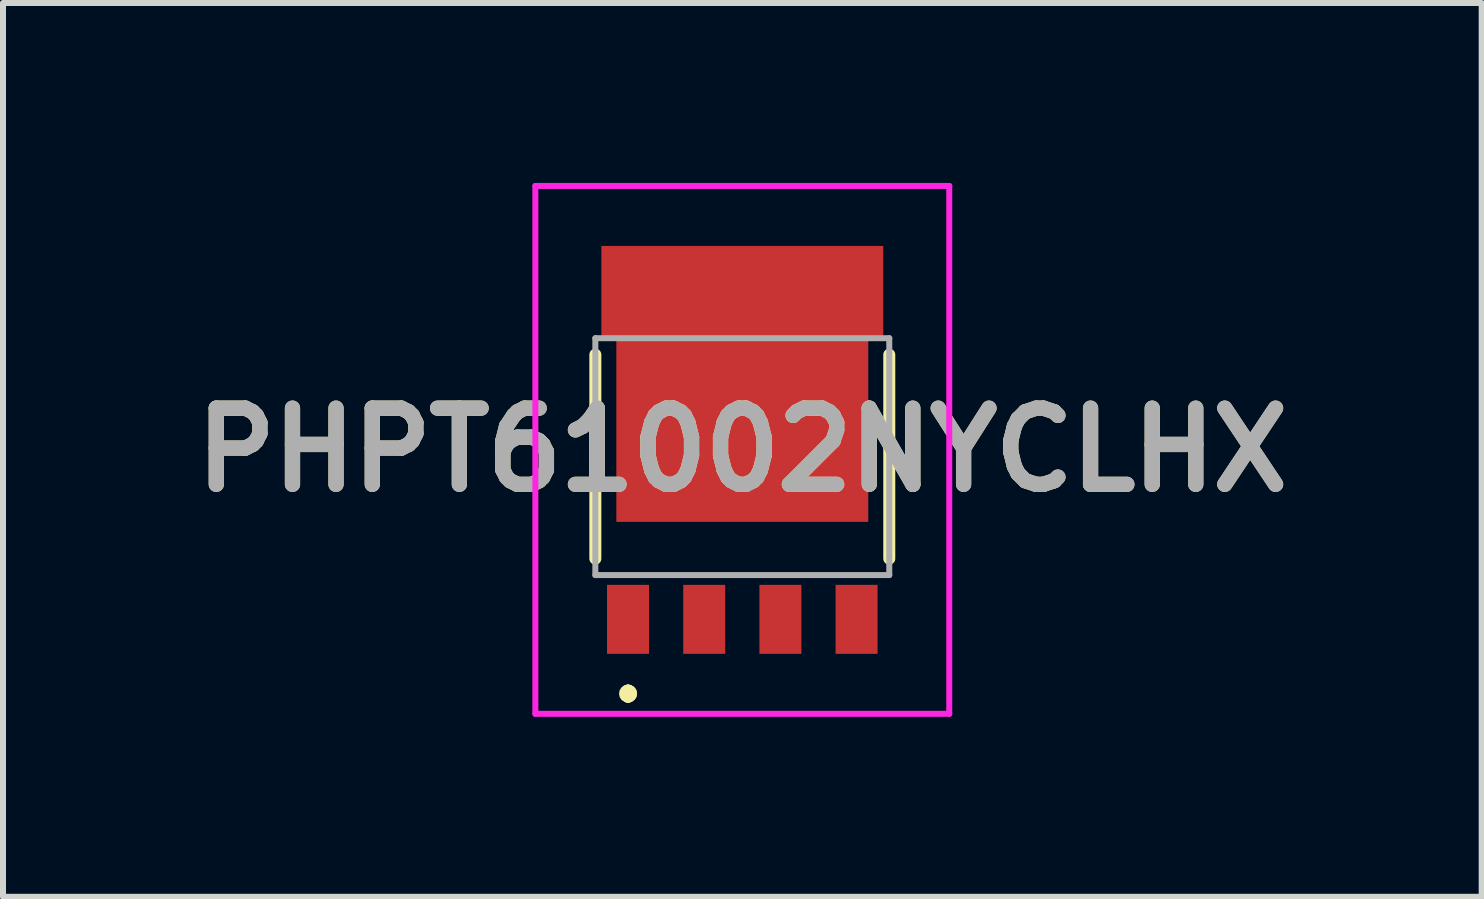
<source format=kicad_pcb>
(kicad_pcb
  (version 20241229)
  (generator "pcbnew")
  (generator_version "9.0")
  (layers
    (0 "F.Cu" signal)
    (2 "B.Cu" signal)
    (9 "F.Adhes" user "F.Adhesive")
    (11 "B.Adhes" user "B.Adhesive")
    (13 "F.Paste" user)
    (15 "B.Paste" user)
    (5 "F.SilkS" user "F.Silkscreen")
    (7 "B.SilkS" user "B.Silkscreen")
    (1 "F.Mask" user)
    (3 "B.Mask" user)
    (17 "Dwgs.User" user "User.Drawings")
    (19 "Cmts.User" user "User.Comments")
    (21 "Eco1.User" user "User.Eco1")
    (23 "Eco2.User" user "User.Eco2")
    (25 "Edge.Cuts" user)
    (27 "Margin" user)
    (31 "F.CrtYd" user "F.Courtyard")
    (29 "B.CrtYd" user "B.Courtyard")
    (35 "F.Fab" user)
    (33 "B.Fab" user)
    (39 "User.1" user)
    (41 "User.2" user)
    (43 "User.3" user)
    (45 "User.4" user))
  (footprint "PHPT61002NYCLHX"
    (layer "F.Cu")
    (at 9.325 4.563)
    (property "Reference" "PHPT61002NYCLHX" (at 0 -0.113 0) (layer "F.SilkS") (effects (font (size 1.27 1.27) (thickness 0.254))))
    (attr smd)
    (fp_line (start -2.45 -1.7) (end -2.45 1.7) (stroke (width 0.2) (type solid)) (layer "F.SilkS"))
    (fp_line (start -1.905 3.9) (end -1.905 3.9) (stroke (width 0.2) (type solid)) (layer "F.SilkS"))
    (fp_line (start -1.905 4) (end -1.905 4) (stroke (width 0.2) (type solid)) (layer "F.SilkS"))
    (fp_line (start -1.905 4) (end -1.905 4) (stroke (width 0.2) (type solid)) (layer "F.SilkS"))
    (fp_line (start 2.45 1.7) (end 2.45 -1.7) (stroke (width 0.2) (type solid)) (layer "F.SilkS"))
    (fp_arc (start -1.905 3.9) (mid -1.855 3.95) (end -1.905 4) (stroke (width 0.2) (type solid)) (layer "F.SilkS"))
    (fp_arc (start -1.905 3.9) (mid -1.855 3.95) (end -1.905 4) (stroke (width 0.2) (type solid)) (layer "F.SilkS"))
    (fp_arc (start -1.905 4) (mid -1.955 3.95) (end -1.905 3.9) (stroke (width 0.2) (type solid)) (layer "F.SilkS"))
    (fp_line (start -3.45 -4.513) (end 3.45 -4.513) (stroke (width 0.1) (type solid)) (layer "F.CrtYd"))
    (fp_line (start -3.45 4.287) (end -3.45 -4.513) (stroke (width 0.1) (type solid)) (layer "F.CrtYd"))
    (fp_line (start 3.45 -4.513) (end 3.45 4.287) (stroke (width 0.1) (type solid)) (layer "F.CrtYd"))
    (fp_line (start 3.45 4.287) (end -3.45 4.287) (stroke (width 0.1) (type solid)) (layer "F.CrtYd"))
    (fp_line (start -2.45 -1.975) (end 2.45 -1.975) (stroke (width 0.1) (type solid)) (layer "F.Fab"))
    (fp_line (start -2.45 1.974) (end -2.45 -1.975) (stroke (width 0.1) (type solid)) (layer "F.Fab"))
    (fp_line (start 2.45 -1.975) (end 2.45 1.974) (stroke (width 0.1) (type solid)) (layer "F.Fab"))
    (fp_line (start 2.45 1.974) (end -2.45 1.974) (stroke (width 0.1) (type solid)) (layer "F.Fab"))
    (fp_text user "${REFERENCE}" (at 0 -0.113 0) (layer "F.Fab") (effects (font (size 1.27 1.27) (thickness 0.254))))
    (pad "1" smd rect (at -1.905 2.712) (size 0.7 1.15) (layers "F.Cu" "F.Mask" "F.Paste"))
    (pad "2" smd rect (at -0.635 2.712) (size 0.7 1.15) (layers "F.Cu" "F.Mask" "F.Paste"))
    (pad "3" smd rect (at 0.635 2.712) (size 0.7 1.15) (layers "F.Cu" "F.Mask" "F.Paste"))
    (pad "4" smd rect (at 1.905 2.712) (size 0.7 1.15) (layers "F.Cu" "F.Mask" "F.Paste"))
    (pad "5" smd rect (at 0 -0.463 90) (size 3.1 4.2) (layers "F.Cu" "F.Mask" "F.Paste"))
    (pad "6" smd rect (at 0 -2.763 90) (size 1.5 4.7) (layers "F.Cu" "F.Mask" "F.Paste")))
  (gr_rect
    (start -3 -3)
    (end 21.651 11.9)
    (stroke (width 0.1) (type default))
    (fill no)
    (layer "Edge.Cuts")))
</source>
